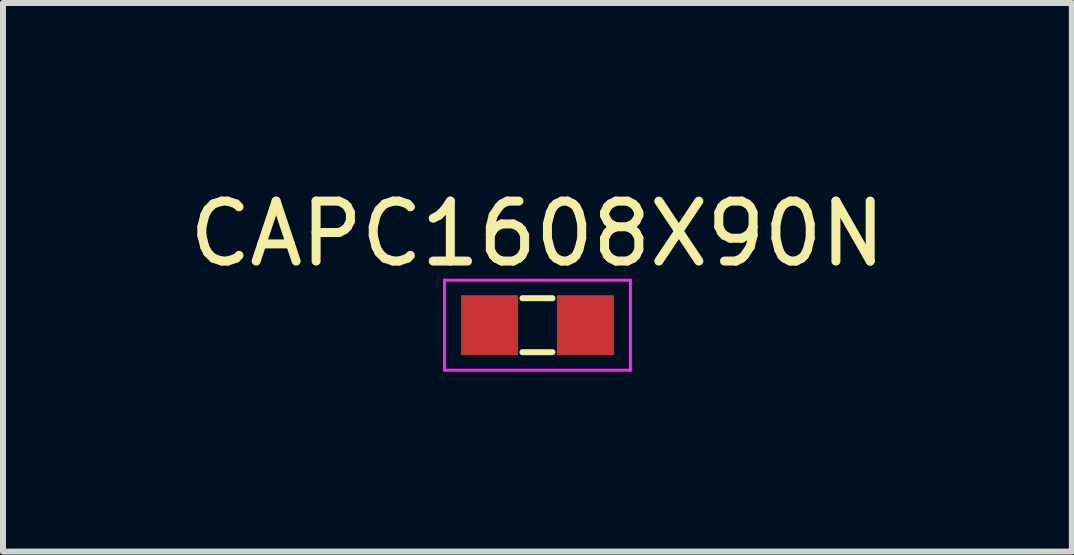
<source format=kicad_pcb>
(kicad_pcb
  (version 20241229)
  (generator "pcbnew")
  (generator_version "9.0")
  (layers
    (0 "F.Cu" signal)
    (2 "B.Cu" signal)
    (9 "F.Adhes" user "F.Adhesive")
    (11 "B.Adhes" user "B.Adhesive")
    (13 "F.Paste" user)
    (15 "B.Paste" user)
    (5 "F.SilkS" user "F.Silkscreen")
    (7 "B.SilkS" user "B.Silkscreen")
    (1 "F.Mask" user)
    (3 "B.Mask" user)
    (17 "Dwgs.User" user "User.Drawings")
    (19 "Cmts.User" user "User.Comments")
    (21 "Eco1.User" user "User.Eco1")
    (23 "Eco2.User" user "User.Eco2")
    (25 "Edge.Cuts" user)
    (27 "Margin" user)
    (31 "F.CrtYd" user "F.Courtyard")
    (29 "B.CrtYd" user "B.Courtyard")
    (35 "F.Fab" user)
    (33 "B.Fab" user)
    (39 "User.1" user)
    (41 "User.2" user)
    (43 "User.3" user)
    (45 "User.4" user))
  (footprint "CAPC1608X90N"
    (layer "F.Cu")
    (at 5.911 2.372)
    (property "Reference" "CAPC1608X90N" (at 0 -1.524 0) (layer "F.SilkS") (effects (font (size 1 1) (thickness 0.15))))
    (attr through_hole)
    (fp_line (start -0.25 -0.45) (end 0.25 -0.45) (stroke (width 0.1) (type solid)) (layer "F.SilkS"))
    (fp_line (start -0.25 0.45) (end 0.25 0.45) (stroke (width 0.1) (type solid)) (layer "F.SilkS"))
    (fp_line (start -1.55 -0.75) (end -1.55 0.75) (stroke (width 0.05) (type solid)) (layer "F.CrtYd"))
    (fp_line (start -1.55 0.75) (end 1.55 0.75) (stroke (width 0.05) (type solid)) (layer "F.CrtYd"))
    (fp_line (start 1.55 -0.75) (end -1.55 -0.75) (stroke (width 0.05) (type solid)) (layer "F.CrtYd"))
    (fp_line (start 1.55 0.75) (end 1.55 -0.75) (stroke (width 0.05) (type solid)) (layer "F.CrtYd"))
    (pad "1" smd rect (at -0.8 0) (size 0.95 1) (layers "F.Cu" "F.Mask" "F.Paste"))
    (pad "2" smd rect (at 0.8 0) (size 0.95 1) (layers "F.Cu" "F.Mask" "F.Paste")))
  (gr_rect
    (start -3 -3)
    (end 14.821 6.147)
    (stroke (width 0.1) (type default))
    (fill no)
    (layer "Edge.Cuts")))
</source>
